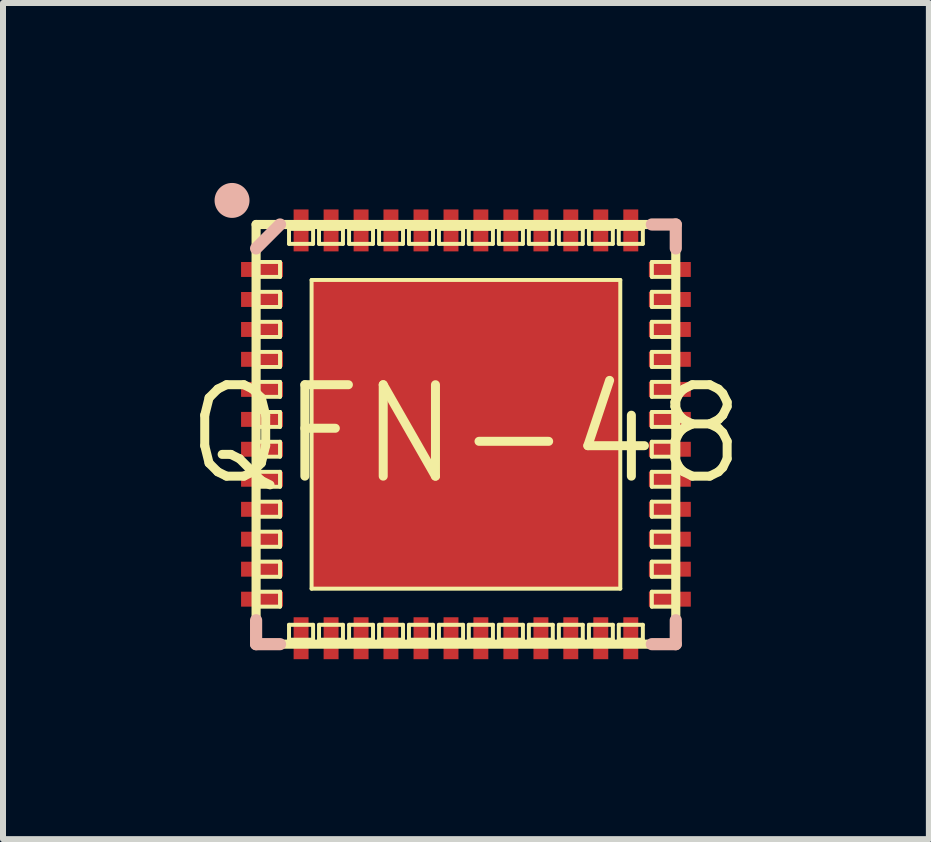
<source format=kicad_pcb>
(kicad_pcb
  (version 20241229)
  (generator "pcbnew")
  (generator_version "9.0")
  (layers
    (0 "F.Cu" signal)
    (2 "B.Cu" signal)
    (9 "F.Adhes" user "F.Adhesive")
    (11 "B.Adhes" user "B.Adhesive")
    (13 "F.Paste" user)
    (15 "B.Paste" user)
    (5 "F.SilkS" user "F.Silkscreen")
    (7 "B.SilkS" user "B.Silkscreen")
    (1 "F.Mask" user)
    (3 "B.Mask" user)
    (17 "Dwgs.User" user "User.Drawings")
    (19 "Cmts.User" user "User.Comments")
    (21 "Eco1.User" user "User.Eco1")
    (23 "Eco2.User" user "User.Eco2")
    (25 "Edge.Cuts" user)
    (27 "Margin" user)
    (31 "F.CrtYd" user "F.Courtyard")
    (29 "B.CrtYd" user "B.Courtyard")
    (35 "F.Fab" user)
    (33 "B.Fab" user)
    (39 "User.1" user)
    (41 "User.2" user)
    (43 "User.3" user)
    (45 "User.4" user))
  (footprint "QFN-48"
    (layer "F.Cu")
    (at 4.717 4.19)
    (property "Reference" "QFN-48" (at 0 0 0) (layer "F.SilkS") (effects (font (size 1.524 1.524) (thickness 0.15))))
    (attr smd)
    (fp_line (start -3.498 -3.498) (end -3.498 3.498) (stroke (width 0.152) (type solid)) (layer "F.SilkS"))
    (fp_line (start -3.498 -2.873) (end -3.099 -2.873) (stroke (width 0.066) (type solid)) (layer "F.SilkS"))
    (fp_line (start -3.498 -2.624) (end -3.498 -2.873) (stroke (width 0.066) (type solid)) (layer "F.SilkS"))
    (fp_line (start -3.498 -2.624) (end -3.099 -2.624) (stroke (width 0.066) (type solid)) (layer "F.SilkS"))
    (fp_line (start -3.498 -2.375) (end -3.099 -2.375) (stroke (width 0.066) (type solid)) (layer "F.SilkS"))
    (fp_line (start -3.498 -2.123) (end -3.498 -2.375) (stroke (width 0.066) (type solid)) (layer "F.SilkS"))
    (fp_line (start -3.498 -2.123) (end -3.099 -2.123) (stroke (width 0.066) (type solid)) (layer "F.SilkS"))
    (fp_line (start -3.498 -1.875) (end -3.099 -1.875) (stroke (width 0.066) (type solid)) (layer "F.SilkS"))
    (fp_line (start -3.498 -1.623) (end -3.498 -1.875) (stroke (width 0.066) (type solid)) (layer "F.SilkS"))
    (fp_line (start -3.498 -1.623) (end -3.099 -1.623) (stroke (width 0.066) (type solid)) (layer "F.SilkS"))
    (fp_line (start -3.498 -1.374) (end -3.099 -1.374) (stroke (width 0.066) (type solid)) (layer "F.SilkS"))
    (fp_line (start -3.498 -1.123) (end -3.498 -1.374) (stroke (width 0.066) (type solid)) (layer "F.SilkS"))
    (fp_line (start -3.498 -1.123) (end -3.099 -1.123) (stroke (width 0.066) (type solid)) (layer "F.SilkS"))
    (fp_line (start -3.498 -0.874) (end -3.099 -0.874) (stroke (width 0.066) (type solid)) (layer "F.SilkS"))
    (fp_line (start -3.498 -0.625) (end -3.498 -0.874) (stroke (width 0.066) (type solid)) (layer "F.SilkS"))
    (fp_line (start -3.498 -0.625) (end -3.099 -0.625) (stroke (width 0.066) (type solid)) (layer "F.SilkS"))
    (fp_line (start -3.498 -0.373) (end -3.099 -0.373) (stroke (width 0.066) (type solid)) (layer "F.SilkS"))
    (fp_line (start -3.498 -0.124) (end -3.498 -0.373) (stroke (width 0.066) (type solid)) (layer "F.SilkS"))
    (fp_line (start -3.498 -0.124) (end -3.099 -0.124) (stroke (width 0.066) (type solid)) (layer "F.SilkS"))
    (fp_line (start -3.498 0.124) (end -3.099 0.124) (stroke (width 0.066) (type solid)) (layer "F.SilkS"))
    (fp_line (start -3.498 0.373) (end -3.498 0.124) (stroke (width 0.066) (type solid)) (layer "F.SilkS"))
    (fp_line (start -3.498 0.373) (end -3.099 0.373) (stroke (width 0.066) (type solid)) (layer "F.SilkS"))
    (fp_line (start -3.498 0.625) (end -3.099 0.625) (stroke (width 0.066) (type solid)) (layer "F.SilkS"))
    (fp_line (start -3.498 0.874) (end -3.498 0.625) (stroke (width 0.066) (type solid)) (layer "F.SilkS"))
    (fp_line (start -3.498 0.874) (end -3.099 0.874) (stroke (width 0.066) (type solid)) (layer "F.SilkS"))
    (fp_line (start -3.498 1.123) (end -3.099 1.123) (stroke (width 0.066) (type solid)) (layer "F.SilkS"))
    (fp_line (start -3.498 1.374) (end -3.498 1.123) (stroke (width 0.066) (type solid)) (layer "F.SilkS"))
    (fp_line (start -3.498 1.374) (end -3.099 1.374) (stroke (width 0.066) (type solid)) (layer "F.SilkS"))
    (fp_line (start -3.498 1.623) (end -3.099 1.623) (stroke (width 0.066) (type solid)) (layer "F.SilkS"))
    (fp_line (start -3.498 1.875) (end -3.498 1.623) (stroke (width 0.066) (type solid)) (layer "F.SilkS"))
    (fp_line (start -3.498 1.875) (end -3.099 1.875) (stroke (width 0.066) (type solid)) (layer "F.SilkS"))
    (fp_line (start -3.498 2.123) (end -3.099 2.123) (stroke (width 0.066) (type solid)) (layer "F.SilkS"))
    (fp_line (start -3.498 2.375) (end -3.498 2.123) (stroke (width 0.066) (type solid)) (layer "F.SilkS"))
    (fp_line (start -3.498 2.375) (end -3.099 2.375) (stroke (width 0.066) (type solid)) (layer "F.SilkS"))
    (fp_line (start -3.498 2.624) (end -3.099 2.624) (stroke (width 0.066) (type solid)) (layer "F.SilkS"))
    (fp_line (start -3.498 2.873) (end -3.498 2.624) (stroke (width 0.066) (type solid)) (layer "F.SilkS"))
    (fp_line (start -3.498 2.873) (end -3.099 2.873) (stroke (width 0.066) (type solid)) (layer "F.SilkS"))
    (fp_line (start -3.498 3.498) (end 3.498 3.498) (stroke (width 0.152) (type solid)) (layer "F.SilkS"))
    (fp_line (start -3.099 -2.624) (end -3.099 -2.873) (stroke (width 0.066) (type solid)) (layer "F.SilkS"))
    (fp_line (start -3.099 -2.123) (end -3.099 -2.375) (stroke (width 0.066) (type solid)) (layer "F.SilkS"))
    (fp_line (start -3.099 -1.623) (end -3.099 -1.875) (stroke (width 0.066) (type solid)) (layer "F.SilkS"))
    (fp_line (start -3.099 -1.123) (end -3.099 -1.374) (stroke (width 0.066) (type solid)) (layer "F.SilkS"))
    (fp_line (start -3.099 -0.625) (end -3.099 -0.874) (stroke (width 0.066) (type solid)) (layer "F.SilkS"))
    (fp_line (start -3.099 -0.124) (end -3.099 -0.373) (stroke (width 0.066) (type solid)) (layer "F.SilkS"))
    (fp_line (start -3.099 0.373) (end -3.099 0.124) (stroke (width 0.066) (type solid)) (layer "F.SilkS"))
    (fp_line (start -3.099 0.874) (end -3.099 0.625) (stroke (width 0.066) (type solid)) (layer "F.SilkS"))
    (fp_line (start -3.099 1.374) (end -3.099 1.123) (stroke (width 0.066) (type solid)) (layer "F.SilkS"))
    (fp_line (start -3.099 1.875) (end -3.099 1.623) (stroke (width 0.066) (type solid)) (layer "F.SilkS"))
    (fp_line (start -3.099 2.375) (end -3.099 2.123) (stroke (width 0.066) (type solid)) (layer "F.SilkS"))
    (fp_line (start -3.099 2.873) (end -3.099 2.624) (stroke (width 0.066) (type solid)) (layer "F.SilkS"))
    (fp_line (start -2.949 -3.424) (end -2.548 -3.424) (stroke (width 0.066) (type solid)) (layer "F.SilkS"))
    (fp_line (start -2.949 -3.175) (end -2.949 -3.424) (stroke (width 0.066) (type solid)) (layer "F.SilkS"))
    (fp_line (start -2.949 -3.175) (end -2.548 -3.175) (stroke (width 0.066) (type solid)) (layer "F.SilkS"))
    (fp_line (start -2.949 3.175) (end -2.548 3.175) (stroke (width 0.066) (type solid)) (layer "F.SilkS"))
    (fp_line (start -2.949 3.424) (end -2.949 3.175) (stroke (width 0.066) (type solid)) (layer "F.SilkS"))
    (fp_line (start -2.949 3.424) (end -2.548 3.424) (stroke (width 0.066) (type solid)) (layer "F.SilkS"))
    (fp_line (start -2.573 -2.573) (end 2.573 -2.573) (stroke (width 0.066) (type solid)) (layer "F.SilkS"))
    (fp_line (start -2.573 2.573) (end -2.573 -2.573) (stroke (width 0.066) (type solid)) (layer "F.SilkS"))
    (fp_line (start -2.573 2.573) (end 2.573 2.573) (stroke (width 0.066) (type solid)) (layer "F.SilkS"))
    (fp_line (start -2.548 -3.175) (end -2.548 -3.424) (stroke (width 0.066) (type solid)) (layer "F.SilkS"))
    (fp_line (start -2.548 3.424) (end -2.548 3.175) (stroke (width 0.066) (type solid)) (layer "F.SilkS"))
    (fp_line (start -2.449 -3.424) (end -2.05 -3.424) (stroke (width 0.066) (type solid)) (layer "F.SilkS"))
    (fp_line (start -2.449 -3.175) (end -2.449 -3.424) (stroke (width 0.066) (type solid)) (layer "F.SilkS"))
    (fp_line (start -2.449 -3.175) (end -2.05 -3.175) (stroke (width 0.066) (type solid)) (layer "F.SilkS"))
    (fp_line (start -2.449 3.175) (end -2.05 3.175) (stroke (width 0.066) (type solid)) (layer "F.SilkS"))
    (fp_line (start -2.449 3.424) (end -2.449 3.175) (stroke (width 0.066) (type solid)) (layer "F.SilkS"))
    (fp_line (start -2.449 3.424) (end -2.05 3.424) (stroke (width 0.066) (type solid)) (layer "F.SilkS"))
    (fp_line (start -2.05 -3.175) (end -2.05 -3.424) (stroke (width 0.066) (type solid)) (layer "F.SilkS"))
    (fp_line (start -2.05 3.424) (end -2.05 3.175) (stroke (width 0.066) (type solid)) (layer "F.SilkS"))
    (fp_line (start -1.948 -3.424) (end -1.549 -3.424) (stroke (width 0.066) (type solid)) (layer "F.SilkS"))
    (fp_line (start -1.948 -3.175) (end -1.948 -3.424) (stroke (width 0.066) (type solid)) (layer "F.SilkS"))
    (fp_line (start -1.948 -3.175) (end -1.549 -3.175) (stroke (width 0.066) (type solid)) (layer "F.SilkS"))
    (fp_line (start -1.948 3.175) (end -1.549 3.175) (stroke (width 0.066) (type solid)) (layer "F.SilkS"))
    (fp_line (start -1.948 3.424) (end -1.948 3.175) (stroke (width 0.066) (type solid)) (layer "F.SilkS"))
    (fp_line (start -1.948 3.424) (end -1.549 3.424) (stroke (width 0.066) (type solid)) (layer "F.SilkS"))
    (fp_line (start -1.549 -3.175) (end -1.549 -3.424) (stroke (width 0.066) (type solid)) (layer "F.SilkS"))
    (fp_line (start -1.549 3.424) (end -1.549 3.175) (stroke (width 0.066) (type solid)) (layer "F.SilkS"))
    (fp_line (start -1.448 -3.424) (end -1.049 -3.424) (stroke (width 0.066) (type solid)) (layer "F.SilkS"))
    (fp_line (start -1.448 -3.175) (end -1.448 -3.424) (stroke (width 0.066) (type solid)) (layer "F.SilkS"))
    (fp_line (start -1.448 -3.175) (end -1.049 -3.175) (stroke (width 0.066) (type solid)) (layer "F.SilkS"))
    (fp_line (start -1.448 3.175) (end -1.049 3.175) (stroke (width 0.066) (type solid)) (layer "F.SilkS"))
    (fp_line (start -1.448 3.424) (end -1.448 3.175) (stroke (width 0.066) (type solid)) (layer "F.SilkS"))
    (fp_line (start -1.448 3.424) (end -1.049 3.424) (stroke (width 0.066) (type solid)) (layer "F.SilkS"))
    (fp_line (start -1.049 -3.175) (end -1.049 -3.424) (stroke (width 0.066) (type solid)) (layer "F.SilkS"))
    (fp_line (start -1.049 3.424) (end -1.049 3.175) (stroke (width 0.066) (type solid)) (layer "F.SilkS"))
    (fp_line (start -0.95 -3.424) (end -0.549 -3.424) (stroke (width 0.066) (type solid)) (layer "F.SilkS"))
    (fp_line (start -0.95 -3.175) (end -0.95 -3.424) (stroke (width 0.066) (type solid)) (layer "F.SilkS"))
    (fp_line (start -0.95 -3.175) (end -0.549 -3.175) (stroke (width 0.066) (type solid)) (layer "F.SilkS"))
    (fp_line (start -0.95 3.175) (end -0.549 3.175) (stroke (width 0.066) (type solid)) (layer "F.SilkS"))
    (fp_line (start -0.95 3.424) (end -0.95 3.175) (stroke (width 0.066) (type solid)) (layer "F.SilkS"))
    (fp_line (start -0.95 3.424) (end -0.549 3.424) (stroke (width 0.066) (type solid)) (layer "F.SilkS"))
    (fp_line (start -0.549 -3.175) (end -0.549 -3.424) (stroke (width 0.066) (type solid)) (layer "F.SilkS"))
    (fp_line (start -0.549 3.424) (end -0.549 3.175) (stroke (width 0.066) (type solid)) (layer "F.SilkS"))
    (fp_line (start -0.45 -3.424) (end -0.048 -3.424) (stroke (width 0.066) (type solid)) (layer "F.SilkS"))
    (fp_line (start -0.45 -3.175) (end -0.45 -3.424) (stroke (width 0.066) (type solid)) (layer "F.SilkS"))
    (fp_line (start -0.45 -3.175) (end -0.048 -3.175) (stroke (width 0.066) (type solid)) (layer "F.SilkS"))
    (fp_line (start -0.45 3.175) (end -0.048 3.175) (stroke (width 0.066) (type solid)) (layer "F.SilkS"))
    (fp_line (start -0.45 3.424) (end -0.45 3.175) (stroke (width 0.066) (type solid)) (layer "F.SilkS"))
    (fp_line (start -0.45 3.424) (end -0.048 3.424) (stroke (width 0.066) (type solid)) (layer "F.SilkS"))
    (fp_line (start -0.048 -3.175) (end -0.048 -3.424) (stroke (width 0.066) (type solid)) (layer "F.SilkS"))
    (fp_line (start -0.048 3.424) (end -0.048 3.175) (stroke (width 0.066) (type solid)) (layer "F.SilkS"))
    (fp_line (start 0.048 -3.424) (end 0.45 -3.424) (stroke (width 0.066) (type solid)) (layer "F.SilkS"))
    (fp_line (start 0.048 -3.175) (end 0.048 -3.424) (stroke (width 0.066) (type solid)) (layer "F.SilkS"))
    (fp_line (start 0.048 -3.175) (end 0.45 -3.175) (stroke (width 0.066) (type solid)) (layer "F.SilkS"))
    (fp_line (start 0.048 3.175) (end 0.45 3.175) (stroke (width 0.066) (type solid)) (layer "F.SilkS"))
    (fp_line (start 0.048 3.424) (end 0.048 3.175) (stroke (width 0.066) (type solid)) (layer "F.SilkS"))
    (fp_line (start 0.048 3.424) (end 0.45 3.424) (stroke (width 0.066) (type solid)) (layer "F.SilkS"))
    (fp_line (start 0.45 -3.175) (end 0.45 -3.424) (stroke (width 0.066) (type solid)) (layer "F.SilkS"))
    (fp_line (start 0.45 3.424) (end 0.45 3.175) (stroke (width 0.066) (type solid)) (layer "F.SilkS"))
    (fp_line (start 0.549 -3.424) (end 0.95 -3.424) (stroke (width 0.066) (type solid)) (layer "F.SilkS"))
    (fp_line (start 0.549 -3.175) (end 0.549 -3.424) (stroke (width 0.066) (type solid)) (layer "F.SilkS"))
    (fp_line (start 0.549 -3.175) (end 0.95 -3.175) (stroke (width 0.066) (type solid)) (layer "F.SilkS"))
    (fp_line (start 0.549 3.175) (end 0.95 3.175) (stroke (width 0.066) (type solid)) (layer "F.SilkS"))
    (fp_line (start 0.549 3.424) (end 0.549 3.175) (stroke (width 0.066) (type solid)) (layer "F.SilkS"))
    (fp_line (start 0.549 3.424) (end 0.95 3.424) (stroke (width 0.066) (type solid)) (layer "F.SilkS"))
    (fp_line (start 0.95 -3.175) (end 0.95 -3.424) (stroke (width 0.066) (type solid)) (layer "F.SilkS"))
    (fp_line (start 0.95 3.424) (end 0.95 3.175) (stroke (width 0.066) (type solid)) (layer "F.SilkS"))
    (fp_line (start 1.049 -3.424) (end 1.448 -3.424) (stroke (width 0.066) (type solid)) (layer "F.SilkS"))
    (fp_line (start 1.049 -3.175) (end 1.049 -3.424) (stroke (width 0.066) (type solid)) (layer "F.SilkS"))
    (fp_line (start 1.049 -3.175) (end 1.448 -3.175) (stroke (width 0.066) (type solid)) (layer "F.SilkS"))
    (fp_line (start 1.049 3.175) (end 1.448 3.175) (stroke (width 0.066) (type solid)) (layer "F.SilkS"))
    (fp_line (start 1.049 3.424) (end 1.049 3.175) (stroke (width 0.066) (type solid)) (layer "F.SilkS"))
    (fp_line (start 1.049 3.424) (end 1.448 3.424) (stroke (width 0.066) (type solid)) (layer "F.SilkS"))
    (fp_line (start 1.448 -3.175) (end 1.448 -3.424) (stroke (width 0.066) (type solid)) (layer "F.SilkS"))
    (fp_line (start 1.448 3.424) (end 1.448 3.175) (stroke (width 0.066) (type solid)) (layer "F.SilkS"))
    (fp_line (start 1.549 -3.424) (end 1.948 -3.424) (stroke (width 0.066) (type solid)) (layer "F.SilkS"))
    (fp_line (start 1.549 -3.175) (end 1.549 -3.424) (stroke (width 0.066) (type solid)) (layer "F.SilkS"))
    (fp_line (start 1.549 -3.175) (end 1.948 -3.175) (stroke (width 0.066) (type solid)) (layer "F.SilkS"))
    (fp_line (start 1.549 3.175) (end 1.948 3.175) (stroke (width 0.066) (type solid)) (layer "F.SilkS"))
    (fp_line (start 1.549 3.424) (end 1.549 3.175) (stroke (width 0.066) (type solid)) (layer "F.SilkS"))
    (fp_line (start 1.549 3.424) (end 1.948 3.424) (stroke (width 0.066) (type solid)) (layer "F.SilkS"))
    (fp_line (start 1.948 -3.175) (end 1.948 -3.424) (stroke (width 0.066) (type solid)) (layer "F.SilkS"))
    (fp_line (start 1.948 3.424) (end 1.948 3.175) (stroke (width 0.066) (type solid)) (layer "F.SilkS"))
    (fp_line (start 2.05 -3.424) (end 2.449 -3.424) (stroke (width 0.066) (type solid)) (layer "F.SilkS"))
    (fp_line (start 2.05 -3.175) (end 2.05 -3.424) (stroke (width 0.066) (type solid)) (layer "F.SilkS"))
    (fp_line (start 2.05 -3.175) (end 2.449 -3.175) (stroke (width 0.066) (type solid)) (layer "F.SilkS"))
    (fp_line (start 2.05 3.175) (end 2.449 3.175) (stroke (width 0.066) (type solid)) (layer "F.SilkS"))
    (fp_line (start 2.05 3.424) (end 2.05 3.175) (stroke (width 0.066) (type solid)) (layer "F.SilkS"))
    (fp_line (start 2.05 3.424) (end 2.449 3.424) (stroke (width 0.066) (type solid)) (layer "F.SilkS"))
    (fp_line (start 2.449 -3.175) (end 2.449 -3.424) (stroke (width 0.066) (type solid)) (layer "F.SilkS"))
    (fp_line (start 2.449 3.424) (end 2.449 3.175) (stroke (width 0.066) (type solid)) (layer "F.SilkS"))
    (fp_line (start 2.548 -3.424) (end 2.949 -3.424) (stroke (width 0.066) (type solid)) (layer "F.SilkS"))
    (fp_line (start 2.548 -3.175) (end 2.548 -3.424) (stroke (width 0.066) (type solid)) (layer "F.SilkS"))
    (fp_line (start 2.548 -3.175) (end 2.949 -3.175) (stroke (width 0.066) (type solid)) (layer "F.SilkS"))
    (fp_line (start 2.548 3.175) (end 2.949 3.175) (stroke (width 0.066) (type solid)) (layer "F.SilkS"))
    (fp_line (start 2.548 3.424) (end 2.548 3.175) (stroke (width 0.066) (type solid)) (layer "F.SilkS"))
    (fp_line (start 2.548 3.424) (end 2.949 3.424) (stroke (width 0.066) (type solid)) (layer "F.SilkS"))
    (fp_line (start 2.573 2.573) (end 2.573 -2.573) (stroke (width 0.066) (type solid)) (layer "F.SilkS"))
    (fp_line (start 2.949 -3.175) (end 2.949 -3.424) (stroke (width 0.066) (type solid)) (layer "F.SilkS"))
    (fp_line (start 2.949 3.424) (end 2.949 3.175) (stroke (width 0.066) (type solid)) (layer "F.SilkS"))
    (fp_line (start 3.099 -2.873) (end 3.498 -2.873) (stroke (width 0.066) (type solid)) (layer "F.SilkS"))
    (fp_line (start 3.099 -2.624) (end 3.099 -2.873) (stroke (width 0.066) (type solid)) (layer "F.SilkS"))
    (fp_line (start 3.099 -2.624) (end 3.498 -2.624) (stroke (width 0.066) (type solid)) (layer "F.SilkS"))
    (fp_line (start 3.099 -2.375) (end 3.498 -2.375) (stroke (width 0.066) (type solid)) (layer "F.SilkS"))
    (fp_line (start 3.099 -2.123) (end 3.099 -2.375) (stroke (width 0.066) (type solid)) (layer "F.SilkS"))
    (fp_line (start 3.099 -2.123) (end 3.498 -2.123) (stroke (width 0.066) (type solid)) (layer "F.SilkS"))
    (fp_line (start 3.099 -1.875) (end 3.498 -1.875) (stroke (width 0.066) (type solid)) (layer "F.SilkS"))
    (fp_line (start 3.099 -1.623) (end 3.099 -1.875) (stroke (width 0.066) (type solid)) (layer "F.SilkS"))
    (fp_line (start 3.099 -1.623) (end 3.498 -1.623) (stroke (width 0.066) (type solid)) (layer "F.SilkS"))
    (fp_line (start 3.099 -1.374) (end 3.498 -1.374) (stroke (width 0.066) (type solid)) (layer "F.SilkS"))
    (fp_line (start 3.099 -1.123) (end 3.099 -1.374) (stroke (width 0.066) (type solid)) (layer "F.SilkS"))
    (fp_line (start 3.099 -1.123) (end 3.498 -1.123) (stroke (width 0.066) (type solid)) (layer "F.SilkS"))
    (fp_line (start 3.099 -0.874) (end 3.498 -0.874) (stroke (width 0.066) (type solid)) (layer "F.SilkS"))
    (fp_line (start 3.099 -0.625) (end 3.099 -0.874) (stroke (width 0.066) (type solid)) (layer "F.SilkS"))
    (fp_line (start 3.099 -0.625) (end 3.498 -0.625) (stroke (width 0.066) (type solid)) (layer "F.SilkS"))
    (fp_line (start 3.099 -0.373) (end 3.498 -0.373) (stroke (width 0.066) (type solid)) (layer "F.SilkS"))
    (fp_line (start 3.099 -0.124) (end 3.099 -0.373) (stroke (width 0.066) (type solid)) (layer "F.SilkS"))
    (fp_line (start 3.099 -0.124) (end 3.498 -0.124) (stroke (width 0.066) (type solid)) (layer "F.SilkS"))
    (fp_line (start 3.099 0.124) (end 3.498 0.124) (stroke (width 0.066) (type solid)) (layer "F.SilkS"))
    (fp_line (start 3.099 0.373) (end 3.099 0.124) (stroke (width 0.066) (type solid)) (layer "F.SilkS"))
    (fp_line (start 3.099 0.373) (end 3.498 0.373) (stroke (width 0.066) (type solid)) (layer "F.SilkS"))
    (fp_line (start 3.099 0.625) (end 3.498 0.625) (stroke (width 0.066) (type solid)) (layer "F.SilkS"))
    (fp_line (start 3.099 0.874) (end 3.099 0.625) (stroke (width 0.066) (type solid)) (layer "F.SilkS"))
    (fp_line (start 3.099 0.874) (end 3.498 0.874) (stroke (width 0.066) (type solid)) (layer "F.SilkS"))
    (fp_line (start 3.099 1.123) (end 3.498 1.123) (stroke (width 0.066) (type solid)) (layer "F.SilkS"))
    (fp_line (start 3.099 1.374) (end 3.099 1.123) (stroke (width 0.066) (type solid)) (layer "F.SilkS"))
    (fp_line (start 3.099 1.374) (end 3.498 1.374) (stroke (width 0.066) (type solid)) (layer "F.SilkS"))
    (fp_line (start 3.099 1.623) (end 3.498 1.623) (stroke (width 0.066) (type solid)) (layer "F.SilkS"))
    (fp_line (start 3.099 1.875) (end 3.099 1.623) (stroke (width 0.066) (type solid)) (layer "F.SilkS"))
    (fp_line (start 3.099 1.875) (end 3.498 1.875) (stroke (width 0.066) (type solid)) (layer "F.SilkS"))
    (fp_line (start 3.099 2.123) (end 3.498 2.123) (stroke (width 0.066) (type solid)) (layer "F.SilkS"))
    (fp_line (start 3.099 2.375) (end 3.099 2.123) (stroke (width 0.066) (type solid)) (layer "F.SilkS"))
    (fp_line (start 3.099 2.375) (end 3.498 2.375) (stroke (width 0.066) (type solid)) (layer "F.SilkS"))
    (fp_line (start 3.099 2.624) (end 3.498 2.624) (stroke (width 0.066) (type solid)) (layer "F.SilkS"))
    (fp_line (start 3.099 2.873) (end 3.099 2.624) (stroke (width 0.066) (type solid)) (layer "F.SilkS"))
    (fp_line (start 3.099 2.873) (end 3.498 2.873) (stroke (width 0.066) (type solid)) (layer "F.SilkS"))
    (fp_line (start 3.498 -3.498) (end -3.498 -3.498) (stroke (width 0.152) (type solid)) (layer "F.SilkS"))
    (fp_line (start 3.498 -2.624) (end 3.498 -2.873) (stroke (width 0.066) (type solid)) (layer "F.SilkS"))
    (fp_line (start 3.498 -2.123) (end 3.498 -2.375) (stroke (width 0.066) (type solid)) (layer "F.SilkS"))
    (fp_line (start 3.498 -1.623) (end 3.498 -1.875) (stroke (width 0.066) (type solid)) (layer "F.SilkS"))
    (fp_line (start 3.498 -1.123) (end 3.498 -1.374) (stroke (width 0.066) (type solid)) (layer "F.SilkS"))
    (fp_line (start 3.498 -0.625) (end 3.498 -0.874) (stroke (width 0.066) (type solid)) (layer "F.SilkS"))
    (fp_line (start 3.498 -0.124) (end 3.498 -0.373) (stroke (width 0.066) (type solid)) (layer "F.SilkS"))
    (fp_line (start 3.498 0.373) (end 3.498 0.124) (stroke (width 0.066) (type solid)) (layer "F.SilkS"))
    (fp_line (start 3.498 0.874) (end 3.498 0.625) (stroke (width 0.066) (type solid)) (layer "F.SilkS"))
    (fp_line (start 3.498 1.374) (end 3.498 1.123) (stroke (width 0.066) (type solid)) (layer "F.SilkS"))
    (fp_line (start 3.498 1.875) (end 3.498 1.623) (stroke (width 0.066) (type solid)) (layer "F.SilkS"))
    (fp_line (start 3.498 2.375) (end 3.498 2.123) (stroke (width 0.066) (type solid)) (layer "F.SilkS"))
    (fp_line (start 3.498 2.873) (end 3.498 2.624) (stroke (width 0.066) (type solid)) (layer "F.SilkS"))
    (fp_line (start 3.498 3.498) (end 3.498 -3.498) (stroke (width 0.152) (type solid)) (layer "F.SilkS"))
    (fp_line (start -3.498 -3.099) (end -3.099 -3.498) (stroke (width 0.203) (type solid)) (layer "B.SilkS"))
    (fp_line (start -3.498 3.498) (end -3.498 3.099) (stroke (width 0.203) (type solid)) (layer "B.SilkS"))
    (fp_line (start -3.099 3.498) (end -3.498 3.498) (stroke (width 0.203) (type solid)) (layer "B.SilkS"))
    (fp_line (start 3.099 -3.498) (end 3.498 -3.498) (stroke (width 0.203) (type solid)) (layer "B.SilkS"))
    (fp_line (start 3.498 -3.498) (end 3.498 -3.099) (stroke (width 0.203) (type solid)) (layer "B.SilkS"))
    (fp_line (start 3.498 3.099) (end 3.498 3.498) (stroke (width 0.203) (type solid)) (layer "B.SilkS"))
    (fp_line (start 3.498 3.498) (end 3.099 3.498) (stroke (width 0.203) (type solid)) (layer "B.SilkS"))
    (fp_circle (center -3.899 -3.899) (end -4.105 -4.105) (stroke (width 0) (type solid)) (fill yes) (layer "B.SilkS"))
    (pad "1" smd rect (at -3.399 -2.748) (size 0.699 0.249) (layers "F.Cu" "F.Mask" "F.Paste"))
    (pad "2" smd rect (at -3.399 -2.248) (size 0.699 0.249) (layers "F.Cu" "F.Mask" "F.Paste"))
    (pad "3" smd rect (at -3.399 -1.748) (size 0.699 0.249) (layers "F.Cu" "F.Mask" "F.Paste"))
    (pad "4" smd rect (at -3.399 -1.25) (size 0.699 0.249) (layers "F.Cu" "F.Mask" "F.Paste"))
    (pad "5" smd rect (at -3.399 -0.749) (size 0.699 0.249) (layers "F.Cu" "F.Mask" "F.Paste"))
    (pad "6" smd rect (at -3.399 -0.249) (size 0.699 0.249) (layers "F.Cu" "F.Mask" "F.Paste"))
    (pad "7" smd rect (at -3.399 0.249) (size 0.699 0.249) (layers "F.Cu" "F.Mask" "F.Paste"))
    (pad "8" smd rect (at -3.399 0.749) (size 0.699 0.249) (layers "F.Cu" "F.Mask" "F.Paste"))
    (pad "9" smd rect (at -3.399 1.25) (size 0.699 0.249) (layers "F.Cu" "F.Mask" "F.Paste"))
    (pad "10" smd rect (at -3.399 1.748) (size 0.699 0.249) (layers "F.Cu" "F.Mask" "F.Paste"))
    (pad "11" smd rect (at -3.399 2.248) (size 0.699 0.249) (layers "F.Cu" "F.Mask" "F.Paste"))
    (pad "12" smd rect (at -3.399 2.748) (size 0.699 0.249) (layers "F.Cu" "F.Mask" "F.Paste"))
    (pad "13" smd rect (at -2.748 3.399 90) (size 0.699 0.249) (layers "F.Cu" "F.Mask" "F.Paste"))
    (pad "14" smd rect (at -2.248 3.399 90) (size 0.699 0.249) (layers "F.Cu" "F.Mask" "F.Paste"))
    (pad "15" smd rect (at -1.748 3.399 90) (size 0.699 0.249) (layers "F.Cu" "F.Mask" "F.Paste"))
    (pad "16" smd rect (at -1.25 3.399 90) (size 0.699 0.249) (layers "F.Cu" "F.Mask" "F.Paste"))
    (pad "17" smd rect (at -0.749 3.399 90) (size 0.699 0.249) (layers "F.Cu" "F.Mask" "F.Paste"))
    (pad "18" smd rect (at -0.249 3.399 90) (size 0.699 0.249) (layers "F.Cu" "F.Mask" "F.Paste"))
    (pad "19" smd rect (at 0.249 3.399 90) (size 0.699 0.249) (layers "F.Cu" "F.Mask" "F.Paste"))
    (pad "20" smd rect (at 0.749 3.399 90) (size 0.699 0.249) (layers "F.Cu" "F.Mask" "F.Paste"))
    (pad "21" smd rect (at 1.25 3.399 90) (size 0.699 0.249) (layers "F.Cu" "F.Mask" "F.Paste"))
    (pad "22" smd rect (at 1.748 3.399 90) (size 0.699 0.249) (layers "F.Cu" "F.Mask" "F.Paste"))
    (pad "23" smd rect (at 2.248 3.399 90) (size 0.699 0.249) (layers "F.Cu" "F.Mask" "F.Paste"))
    (pad "24" smd rect (at 2.748 3.399 90) (size 0.699 0.249) (layers "F.Cu" "F.Mask" "F.Paste"))
    (pad "25" smd rect (at 3.399 2.748 180) (size 0.699 0.249) (layers "F.Cu" "F.Mask" "F.Paste"))
    (pad "26" smd rect (at 3.399 2.248 180) (size 0.699 0.249) (layers "F.Cu" "F.Mask" "F.Paste"))
    (pad "27" smd rect (at 3.399 1.748 180) (size 0.699 0.249) (layers "F.Cu" "F.Mask" "F.Paste"))
    (pad "28" smd rect (at 3.399 1.25 180) (size 0.699 0.249) (layers "F.Cu" "F.Mask" "F.Paste"))
    (pad "29" smd rect (at 3.399 0.749 180) (size 0.699 0.249) (layers "F.Cu" "F.Mask" "F.Paste"))
    (pad "30" smd rect (at 3.399 0.249 180) (size 0.699 0.249) (layers "F.Cu" "F.Mask" "F.Paste"))
    (pad "31" smd rect (at 3.399 -0.249 180) (size 0.699 0.249) (layers "F.Cu" "F.Mask" "F.Paste"))
    (pad "32" smd rect (at 3.399 -0.749 180) (size 0.699 0.249) (layers "F.Cu" "F.Mask" "F.Paste"))
    (pad "33" smd rect (at 3.399 -1.25 180) (size 0.699 0.249) (layers "F.Cu" "F.Mask" "F.Paste"))
    (pad "34" smd rect (at 3.399 -1.748 180) (size 0.699 0.249) (layers "F.Cu" "F.Mask" "F.Paste"))
    (pad "35" smd rect (at 3.399 -2.248 180) (size 0.699 0.249) (layers "F.Cu" "F.Mask" "F.Paste"))
    (pad "36" smd rect (at 3.399 -2.748 180) (size 0.699 0.249) (layers "F.Cu" "F.Mask" "F.Paste"))
    (pad "37" smd rect (at 2.748 -3.399 270) (size 0.699 0.249) (layers "F.Cu" "F.Mask" "F.Paste"))
    (pad "38" smd rect (at 2.248 -3.399 270) (size 0.699 0.249) (layers "F.Cu" "F.Mask" "F.Paste"))
    (pad "39" smd rect (at 1.748 -3.399 270) (size 0.699 0.249) (layers "F.Cu" "F.Mask" "F.Paste"))
    (pad "40" smd rect (at 1.25 -3.399 270) (size 0.699 0.249) (layers "F.Cu" "F.Mask" "F.Paste"))
    (pad "41" smd rect (at 0.749 -3.399 270) (size 0.699 0.249) (layers "F.Cu" "F.Mask" "F.Paste"))
    (pad "42" smd rect (at 0.249 -3.399 270) (size 0.699 0.249) (layers "F.Cu" "F.Mask" "F.Paste"))
    (pad "43" smd rect (at -0.249 -3.399 270) (size 0.699 0.249) (layers "F.Cu" "F.Mask" "F.Paste"))
    (pad "44" smd rect (at -0.749 -3.399 270) (size 0.699 0.249) (layers "F.Cu" "F.Mask" "F.Paste"))
    (pad "45" smd rect (at -1.25 -3.399 270) (size 0.699 0.249) (layers "F.Cu" "F.Mask" "F.Paste"))
    (pad "46" smd rect (at -1.748 -3.399 270) (size 0.699 0.249) (layers "F.Cu" "F.Mask" "F.Paste"))
    (pad "47" smd rect (at -2.248 -3.399 270) (size 0.699 0.249) (layers "F.Cu" "F.Mask" "F.Paste"))
    (pad "48" smd rect (at -2.748 -3.399 270) (size 0.699 0.249) (layers "F.Cu" "F.Mask" "F.Paste"))
    (pad "EP" smd rect (at 0 0) (size 5.149 5.149) (layers "F.Cu" "F.Mask" "F.Paste")))
  (gr_rect
    (start -3 -3)
    (end 12.434 10.938)
    (stroke (width 0.1) (type default))
    (fill no)
    (layer "Edge.Cuts")))
</source>
